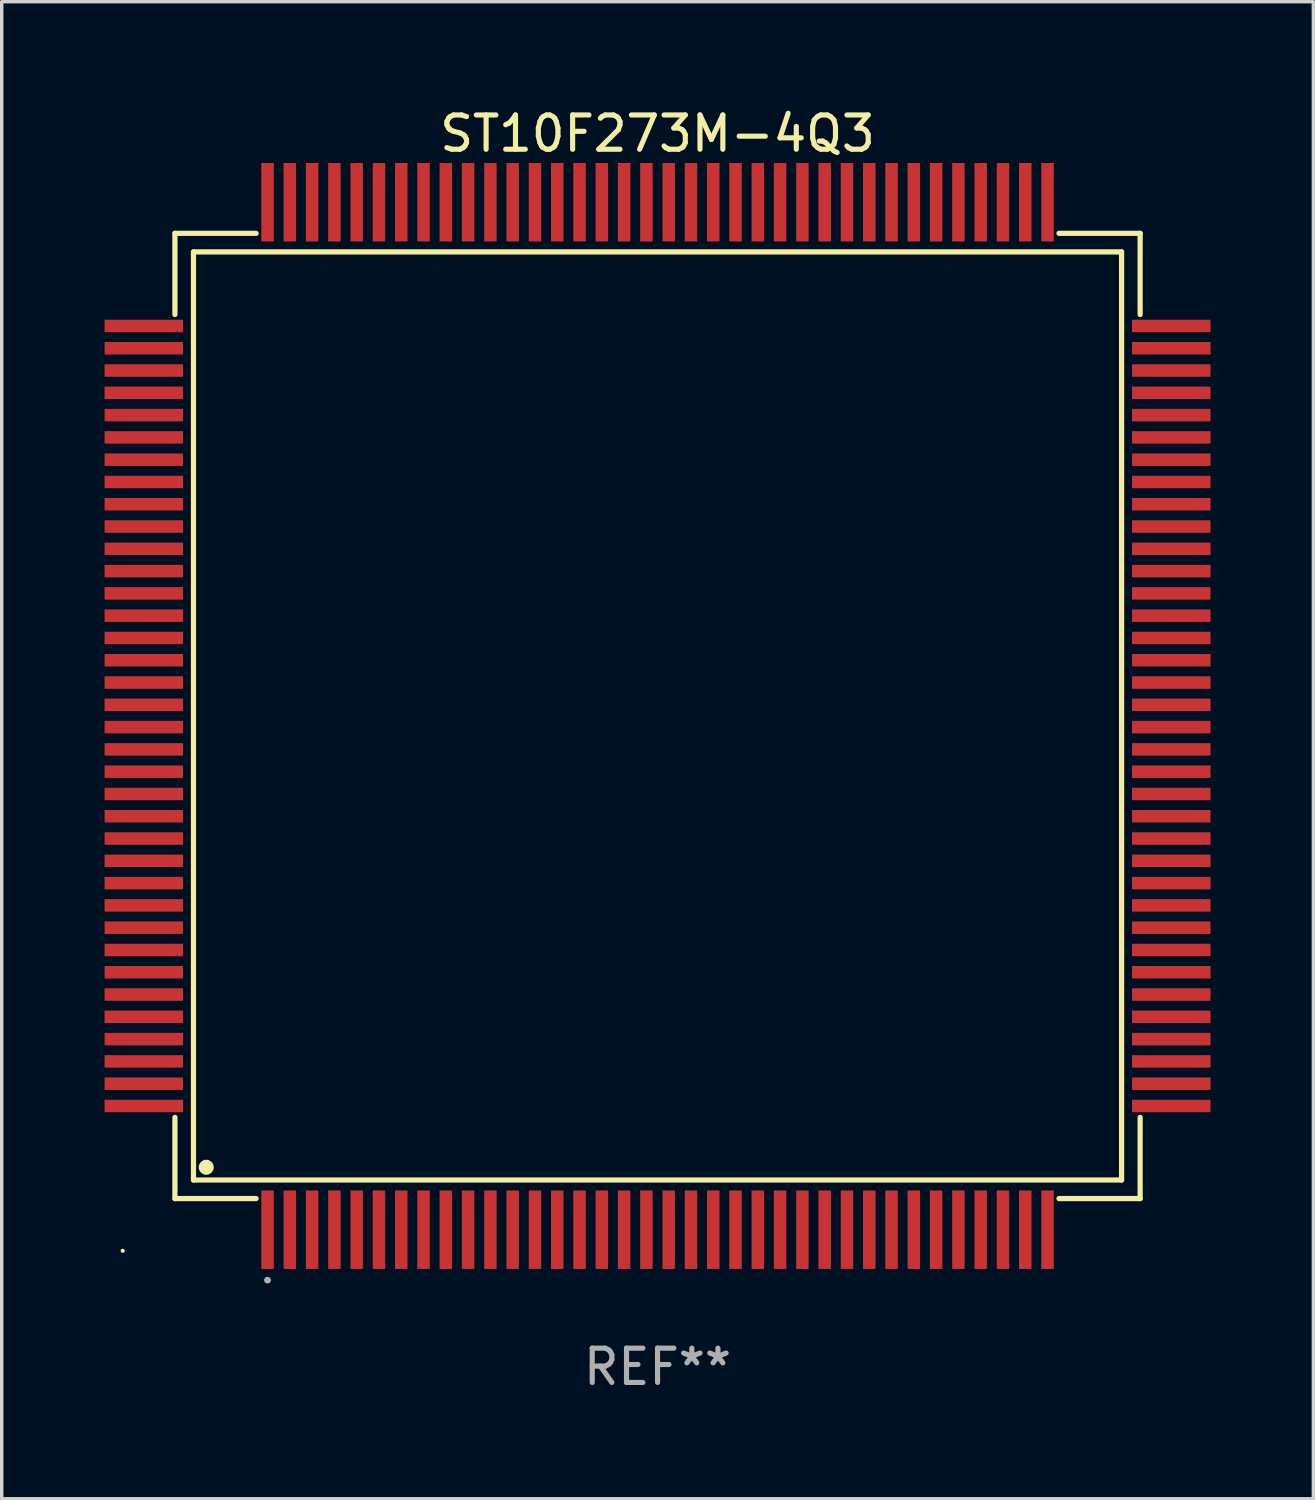
<source format=kicad_pcb>
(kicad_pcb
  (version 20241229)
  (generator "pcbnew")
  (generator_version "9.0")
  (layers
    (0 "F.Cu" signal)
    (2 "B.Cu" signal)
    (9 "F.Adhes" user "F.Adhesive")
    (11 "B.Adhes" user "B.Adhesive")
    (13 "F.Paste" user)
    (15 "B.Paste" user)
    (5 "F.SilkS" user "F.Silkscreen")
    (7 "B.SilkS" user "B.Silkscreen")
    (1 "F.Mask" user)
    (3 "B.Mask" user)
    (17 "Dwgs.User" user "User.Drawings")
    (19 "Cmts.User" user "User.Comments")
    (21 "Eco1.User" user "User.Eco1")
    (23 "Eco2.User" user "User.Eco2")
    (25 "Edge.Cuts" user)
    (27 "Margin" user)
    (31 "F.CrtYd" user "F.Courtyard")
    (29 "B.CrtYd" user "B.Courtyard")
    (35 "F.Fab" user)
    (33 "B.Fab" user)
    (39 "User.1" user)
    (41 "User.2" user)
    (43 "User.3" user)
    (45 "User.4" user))
  (footprint "ST10F273M-4Q3"
    (layer "F.Cu")
    (at 16.128 17.832)
    (property "Reference" "ST10F273M-4Q3" (at 0 -16.984 0) (layer "F.SilkS") (effects (font (size 1 1) (thickness 0.15))))
    (attr through_hole)
    (fp_line (start -14.076 -14.076) (end -14.076 -11.709) (stroke (width 0.152) (type solid)) (layer "F.SilkS"))
    (fp_line (start -14.076 14.076) (end -14.076 11.709) (stroke (width 0.152) (type solid)) (layer "F.SilkS"))
    (fp_line (start -13.535 -13.535) (end 13.535 -13.535) (stroke (width 0.152) (type solid)) (layer "F.SilkS"))
    (fp_line (start -13.535 13.535) (end -13.535 -13.535) (stroke (width 0.152) (type solid)) (layer "F.SilkS"))
    (fp_line (start -11.709 -14.076) (end -14.076 -14.076) (stroke (width 0.152) (type solid)) (layer "F.SilkS"))
    (fp_line (start -11.709 14.076) (end -14.076 14.076) (stroke (width 0.152) (type solid)) (layer "F.SilkS"))
    (fp_line (start 11.709 -14.076) (end 14.076 -14.076) (stroke (width 0.152) (type solid)) (layer "F.SilkS"))
    (fp_line (start 11.709 14.076) (end 14.076 14.076) (stroke (width 0.152) (type solid)) (layer "F.SilkS"))
    (fp_line (start 13.535 -13.535) (end 13.535 13.535) (stroke (width 0.152) (type solid)) (layer "F.SilkS"))
    (fp_line (start 13.535 13.535) (end -13.535 13.535) (stroke (width 0.152) (type solid)) (layer "F.SilkS"))
    (fp_line (start 14.076 -14.076) (end 14.076 -11.709) (stroke (width 0.152) (type solid)) (layer "F.SilkS"))
    (fp_line (start 14.076 14.076) (end 14.076 11.709) (stroke (width 0.152) (type solid)) (layer "F.SilkS"))
    (fp_circle (center -15.6 15.6) (end -15.57 15.6) (stroke (width 0.06) (type solid)) (fill no) (layer "F.SilkS"))
    (fp_circle (center -13.163 13.163) (end -13.053 13.163) (stroke (width 0.22) (type solid)) (fill no) (layer "F.SilkS"))
    (fp_circle (center -11.375 16.456) (end -11.329 16.456) (stroke (width 0.092) (type solid)) (fill no) (layer "F.SilkS"))
    (fp_circle (center -11.375 16.456) (end -11.329 16.456) (stroke (width 0.092) (type solid)) (fill no) (layer "F.Fab"))
    (fp_text user "REF**" (at 0 18.984 0) (layer "F.Fab") (effects (font (size 1 1) (thickness 0.15))))
    (pad "1" smd rect (at -11.375 14.984) (size 0.364 2.288) (layers "F.Cu" "F.Mask" "F.Paste"))
    (pad "2" smd rect (at -10.725 14.984) (size 0.364 2.288) (layers "F.Cu" "F.Mask" "F.Paste"))
    (pad "3" smd rect (at -10.075 14.984) (size 0.364 2.288) (layers "F.Cu" "F.Mask" "F.Paste"))
    (pad "4" smd rect (at -9.425 14.984) (size 0.364 2.288) (layers "F.Cu" "F.Mask" "F.Paste"))
    (pad "5" smd rect (at -8.775 14.984) (size 0.364 2.288) (layers "F.Cu" "F.Mask" "F.Paste"))
    (pad "6" smd rect (at -8.125 14.984) (size 0.364 2.288) (layers "F.Cu" "F.Mask" "F.Paste"))
    (pad "7" smd rect (at -7.475 14.984) (size 0.364 2.288) (layers "F.Cu" "F.Mask" "F.Paste"))
    (pad "8" smd rect (at -6.825 14.984) (size 0.364 2.288) (layers "F.Cu" "F.Mask" "F.Paste"))
    (pad "9" smd rect (at -6.175 14.984) (size 0.364 2.288) (layers "F.Cu" "F.Mask" "F.Paste"))
    (pad "10" smd rect (at -5.525 14.984) (size 0.364 2.288) (layers "F.Cu" "F.Mask" "F.Paste"))
    (pad "11" smd rect (at -4.875 14.984) (size 0.364 2.288) (layers "F.Cu" "F.Mask" "F.Paste"))
    (pad "12" smd rect (at -4.225 14.984) (size 0.364 2.288) (layers "F.Cu" "F.Mask" "F.Paste"))
    (pad "13" smd rect (at -3.575 14.984) (size 0.364 2.288) (layers "F.Cu" "F.Mask" "F.Paste"))
    (pad "14" smd rect (at -2.925 14.984) (size 0.364 2.288) (layers "F.Cu" "F.Mask" "F.Paste"))
    (pad "15" smd rect (at -2.275 14.984) (size 0.364 2.288) (layers "F.Cu" "F.Mask" "F.Paste"))
    (pad "16" smd rect (at -1.625 14.984) (size 0.364 2.288) (layers "F.Cu" "F.Mask" "F.Paste"))
    (pad "17" smd rect (at -0.975 14.984) (size 0.364 2.288) (layers "F.Cu" "F.Mask" "F.Paste"))
    (pad "18" smd rect (at -0.325 14.984) (size 0.364 2.288) (layers "F.Cu" "F.Mask" "F.Paste"))
    (pad "19" smd rect (at 0.325 14.984) (size 0.364 2.288) (layers "F.Cu" "F.Mask" "F.Paste"))
    (pad "20" smd rect (at 0.975 14.984) (size 0.364 2.288) (layers "F.Cu" "F.Mask" "F.Paste"))
    (pad "21" smd rect (at 1.625 14.984) (size 0.364 2.288) (layers "F.Cu" "F.Mask" "F.Paste"))
    (pad "22" smd rect (at 2.275 14.984) (size 0.364 2.288) (layers "F.Cu" "F.Mask" "F.Paste"))
    (pad "23" smd rect (at 2.925 14.984) (size 0.364 2.288) (layers "F.Cu" "F.Mask" "F.Paste"))
    (pad "24" smd rect (at 3.575 14.984) (size 0.364 2.288) (layers "F.Cu" "F.Mask" "F.Paste"))
    (pad "25" smd rect (at 4.225 14.984) (size 0.364 2.288) (layers "F.Cu" "F.Mask" "F.Paste"))
    (pad "26" smd rect (at 4.875 14.984) (size 0.364 2.288) (layers "F.Cu" "F.Mask" "F.Paste"))
    (pad "27" smd rect (at 5.525 14.984) (size 0.364 2.288) (layers "F.Cu" "F.Mask" "F.Paste"))
    (pad "28" smd rect (at 6.175 14.984) (size 0.364 2.288) (layers "F.Cu" "F.Mask" "F.Paste"))
    (pad "29" smd rect (at 6.825 14.984) (size 0.364 2.288) (layers "F.Cu" "F.Mask" "F.Paste"))
    (pad "30" smd rect (at 7.475 14.984) (size 0.364 2.288) (layers "F.Cu" "F.Mask" "F.Paste"))
    (pad "31" smd rect (at 8.125 14.984) (size 0.364 2.288) (layers "F.Cu" "F.Mask" "F.Paste"))
    (pad "32" smd rect (at 8.775 14.984) (size 0.364 2.288) (layers "F.Cu" "F.Mask" "F.Paste"))
    (pad "33" smd rect (at 9.425 14.984) (size 0.364 2.288) (layers "F.Cu" "F.Mask" "F.Paste"))
    (pad "34" smd rect (at 10.075 14.984) (size 0.364 2.288) (layers "F.Cu" "F.Mask" "F.Paste"))
    (pad "35" smd rect (at 10.725 14.984) (size 0.364 2.288) (layers "F.Cu" "F.Mask" "F.Paste"))
    (pad "36" smd rect (at 11.375 14.984) (size 0.364 2.288) (layers "F.Cu" "F.Mask" "F.Paste"))
    (pad "37" smd rect (at 14.984 11.375) (size 2.288 0.364) (layers "F.Cu" "F.Mask" "F.Paste"))
    (pad "38" smd rect (at 14.984 10.725) (size 2.288 0.364) (layers "F.Cu" "F.Mask" "F.Paste"))
    (pad "39" smd rect (at 14.984 10.075) (size 2.288 0.364) (layers "F.Cu" "F.Mask" "F.Paste"))
    (pad "40" smd rect (at 14.984 9.425) (size 2.288 0.364) (layers "F.Cu" "F.Mask" "F.Paste"))
    (pad "41" smd rect (at 14.984 8.775) (size 2.288 0.364) (layers "F.Cu" "F.Mask" "F.Paste"))
    (pad "42" smd rect (at 14.984 8.125) (size 2.288 0.364) (layers "F.Cu" "F.Mask" "F.Paste"))
    (pad "43" smd rect (at 14.984 7.475) (size 2.288 0.364) (layers "F.Cu" "F.Mask" "F.Paste"))
    (pad "44" smd rect (at 14.984 6.825) (size 2.288 0.364) (layers "F.Cu" "F.Mask" "F.Paste"))
    (pad "45" smd rect (at 14.984 6.175) (size 2.288 0.364) (layers "F.Cu" "F.Mask" "F.Paste"))
    (pad "46" smd rect (at 14.984 5.525) (size 2.288 0.364) (layers "F.Cu" "F.Mask" "F.Paste"))
    (pad "47" smd rect (at 14.984 4.875) (size 2.288 0.364) (layers "F.Cu" "F.Mask" "F.Paste"))
    (pad "48" smd rect (at 14.984 4.225) (size 2.288 0.364) (layers "F.Cu" "F.Mask" "F.Paste"))
    (pad "49" smd rect (at 14.984 3.575) (size 2.288 0.364) (layers "F.Cu" "F.Mask" "F.Paste"))
    (pad "50" smd rect (at 14.984 2.925) (size 2.288 0.364) (layers "F.Cu" "F.Mask" "F.Paste"))
    (pad "51" smd rect (at 14.984 2.275) (size 2.288 0.364) (layers "F.Cu" "F.Mask" "F.Paste"))
    (pad "52" smd rect (at 14.984 1.625) (size 2.288 0.364) (layers "F.Cu" "F.Mask" "F.Paste"))
    (pad "53" smd rect (at 14.984 0.975) (size 2.288 0.364) (layers "F.Cu" "F.Mask" "F.Paste"))
    (pad "54" smd rect (at 14.984 0.325) (size 2.288 0.364) (layers "F.Cu" "F.Mask" "F.Paste"))
    (pad "55" smd rect (at 14.984 -0.325) (size 2.288 0.364) (layers "F.Cu" "F.Mask" "F.Paste"))
    (pad "56" smd rect (at 14.984 -0.975) (size 2.288 0.364) (layers "F.Cu" "F.Mask" "F.Paste"))
    (pad "57" smd rect (at 14.984 -1.625) (size 2.288 0.364) (layers "F.Cu" "F.Mask" "F.Paste"))
    (pad "58" smd rect (at 14.984 -2.275) (size 2.288 0.364) (layers "F.Cu" "F.Mask" "F.Paste"))
    (pad "59" smd rect (at 14.984 -2.925) (size 2.288 0.364) (layers "F.Cu" "F.Mask" "F.Paste"))
    (pad "60" smd rect (at 14.984 -3.575) (size 2.288 0.364) (layers "F.Cu" "F.Mask" "F.Paste"))
    (pad "61" smd rect (at 14.984 -4.225) (size 2.288 0.364) (layers "F.Cu" "F.Mask" "F.Paste"))
    (pad "62" smd rect (at 14.984 -4.875) (size 2.288 0.364) (layers "F.Cu" "F.Mask" "F.Paste"))
    (pad "63" smd rect (at 14.984 -5.525) (size 2.288 0.364) (layers "F.Cu" "F.Mask" "F.Paste"))
    (pad "64" smd rect (at 14.984 -6.175) (size 2.288 0.364) (layers "F.Cu" "F.Mask" "F.Paste"))
    (pad "65" smd rect (at 14.984 -6.825) (size 2.288 0.364) (layers "F.Cu" "F.Mask" "F.Paste"))
    (pad "66" smd rect (at 14.984 -7.475) (size 2.288 0.364) (layers "F.Cu" "F.Mask" "F.Paste"))
    (pad "67" smd rect (at 14.984 -8.125) (size 2.288 0.364) (layers "F.Cu" "F.Mask" "F.Paste"))
    (pad "68" smd rect (at 14.984 -8.775) (size 2.288 0.364) (layers "F.Cu" "F.Mask" "F.Paste"))
    (pad "69" smd rect (at 14.984 -9.425) (size 2.288 0.364) (layers "F.Cu" "F.Mask" "F.Paste"))
    (pad "70" smd rect (at 14.984 -10.075) (size 2.288 0.364) (layers "F.Cu" "F.Mask" "F.Paste"))
    (pad "71" smd rect (at 14.984 -10.725) (size 2.288 0.364) (layers "F.Cu" "F.Mask" "F.Paste"))
    (pad "72" smd rect (at 14.984 -11.375) (size 2.288 0.364) (layers "F.Cu" "F.Mask" "F.Paste"))
    (pad "73" smd rect (at 11.375 -14.984) (size 0.364 2.288) (layers "F.Cu" "F.Mask" "F.Paste"))
    (pad "74" smd rect (at 10.725 -14.984) (size 0.364 2.288) (layers "F.Cu" "F.Mask" "F.Paste"))
    (pad "75" smd rect (at 10.075 -14.984) (size 0.364 2.288) (layers "F.Cu" "F.Mask" "F.Paste"))
    (pad "76" smd rect (at 9.425 -14.984) (size 0.364 2.288) (layers "F.Cu" "F.Mask" "F.Paste"))
    (pad "77" smd rect (at 8.775 -14.984) (size 0.364 2.288) (layers "F.Cu" "F.Mask" "F.Paste"))
    (pad "78" smd rect (at 8.125 -14.984) (size 0.364 2.288) (layers "F.Cu" "F.Mask" "F.Paste"))
    (pad "79" smd rect (at 7.475 -14.984) (size 0.364 2.288) (layers "F.Cu" "F.Mask" "F.Paste"))
    (pad "80" smd rect (at 6.825 -14.984) (size 0.364 2.288) (layers "F.Cu" "F.Mask" "F.Paste"))
    (pad "81" smd rect (at 6.175 -14.984) (size 0.364 2.288) (layers "F.Cu" "F.Mask" "F.Paste"))
    (pad "82" smd rect (at 5.525 -14.984) (size 0.364 2.288) (layers "F.Cu" "F.Mask" "F.Paste"))
    (pad "83" smd rect (at 4.875 -14.984) (size 0.364 2.288) (layers "F.Cu" "F.Mask" "F.Paste"))
    (pad "84" smd rect (at 4.225 -14.984) (size 0.364 2.288) (layers "F.Cu" "F.Mask" "F.Paste"))
    (pad "85" smd rect (at 3.575 -14.984) (size 0.364 2.288) (layers "F.Cu" "F.Mask" "F.Paste"))
    (pad "86" smd rect (at 2.925 -14.984) (size 0.364 2.288) (layers "F.Cu" "F.Mask" "F.Paste"))
    (pad "87" smd rect (at 2.275 -14.984) (size 0.364 2.288) (layers "F.Cu" "F.Mask" "F.Paste"))
    (pad "88" smd rect (at 1.625 -14.984) (size 0.364 2.288) (layers "F.Cu" "F.Mask" "F.Paste"))
    (pad "89" smd rect (at 0.975 -14.984) (size 0.364 2.288) (layers "F.Cu" "F.Mask" "F.Paste"))
    (pad "90" smd rect (at 0.325 -14.984) (size 0.364 2.288) (layers "F.Cu" "F.Mask" "F.Paste"))
    (pad "91" smd rect (at -0.325 -14.984) (size 0.364 2.288) (layers "F.Cu" "F.Mask" "F.Paste"))
    (pad "92" smd rect (at -0.975 -14.984) (size 0.364 2.288) (layers "F.Cu" "F.Mask" "F.Paste"))
    (pad "93" smd rect (at -1.625 -14.984) (size 0.364 2.288) (layers "F.Cu" "F.Mask" "F.Paste"))
    (pad "94" smd rect (at -2.275 -14.984) (size 0.364 2.288) (layers "F.Cu" "F.Mask" "F.Paste"))
    (pad "95" smd rect (at -2.925 -14.984) (size 0.364 2.288) (layers "F.Cu" "F.Mask" "F.Paste"))
    (pad "96" smd rect (at -3.575 -14.984) (size 0.364 2.288) (layers "F.Cu" "F.Mask" "F.Paste"))
    (pad "97" smd rect (at -4.225 -14.984) (size 0.364 2.288) (layers "F.Cu" "F.Mask" "F.Paste"))
    (pad "98" smd rect (at -4.875 -14.984) (size 0.364 2.288) (layers "F.Cu" "F.Mask" "F.Paste"))
    (pad "99" smd rect (at -5.525 -14.984) (size 0.364 2.288) (layers "F.Cu" "F.Mask" "F.Paste"))
    (pad "100" smd rect (at -6.175 -14.984) (size 0.364 2.288) (layers "F.Cu" "F.Mask" "F.Paste"))
    (pad "101" smd rect (at -6.825 -14.984) (size 0.364 2.288) (layers "F.Cu" "F.Mask" "F.Paste"))
    (pad "102" smd rect (at -7.475 -14.984) (size 0.364 2.288) (layers "F.Cu" "F.Mask" "F.Paste"))
    (pad "103" smd rect (at -8.125 -14.984) (size 0.364 2.288) (layers "F.Cu" "F.Mask" "F.Paste"))
    (pad "104" smd rect (at -8.775 -14.984) (size 0.364 2.288) (layers "F.Cu" "F.Mask" "F.Paste"))
    (pad "105" smd rect (at -9.425 -14.984) (size 0.364 2.288) (layers "F.Cu" "F.Mask" "F.Paste"))
    (pad "106" smd rect (at -10.075 -14.984) (size 0.364 2.288) (layers "F.Cu" "F.Mask" "F.Paste"))
    (pad "107" smd rect (at -10.725 -14.984) (size 0.364 2.288) (layers "F.Cu" "F.Mask" "F.Paste"))
    (pad "108" smd rect (at -11.375 -14.984) (size 0.364 2.288) (layers "F.Cu" "F.Mask" "F.Paste"))
    (pad "109" smd rect (at -14.984 -11.375) (size 2.288 0.364) (layers "F.Cu" "F.Mask" "F.Paste"))
    (pad "110" smd rect (at -14.984 -10.725) (size 2.288 0.364) (layers "F.Cu" "F.Mask" "F.Paste"))
    (pad "111" smd rect (at -14.984 -10.075) (size 2.288 0.364) (layers "F.Cu" "F.Mask" "F.Paste"))
    (pad "112" smd rect (at -14.984 -9.425) (size 2.288 0.364) (layers "F.Cu" "F.Mask" "F.Paste"))
    (pad "113" smd rect (at -14.984 -8.775) (size 2.288 0.364) (layers "F.Cu" "F.Mask" "F.Paste"))
    (pad "114" smd rect (at -14.984 -8.125) (size 2.288 0.364) (layers "F.Cu" "F.Mask" "F.Paste"))
    (pad "115" smd rect (at -14.984 -7.475) (size 2.288 0.364) (layers "F.Cu" "F.Mask" "F.Paste"))
    (pad "116" smd rect (at -14.984 -6.825) (size 2.288 0.364) (layers "F.Cu" "F.Mask" "F.Paste"))
    (pad "117" smd rect (at -14.984 -6.175) (size 2.288 0.364) (layers "F.Cu" "F.Mask" "F.Paste"))
    (pad "118" smd rect (at -14.984 -5.525) (size 2.288 0.364) (layers "F.Cu" "F.Mask" "F.Paste"))
    (pad "119" smd rect (at -14.984 -4.875) (size 2.288 0.364) (layers "F.Cu" "F.Mask" "F.Paste"))
    (pad "120" smd rect (at -14.984 -4.225) (size 2.288 0.364) (layers "F.Cu" "F.Mask" "F.Paste"))
    (pad "121" smd rect (at -14.984 -3.575) (size 2.288 0.364) (layers "F.Cu" "F.Mask" "F.Paste"))
    (pad "122" smd rect (at -14.984 -2.925) (size 2.288 0.364) (layers "F.Cu" "F.Mask" "F.Paste"))
    (pad "123" smd rect (at -14.984 -2.275) (size 2.288 0.364) (layers "F.Cu" "F.Mask" "F.Paste"))
    (pad "124" smd rect (at -14.984 -1.625) (size 2.288 0.364) (layers "F.Cu" "F.Mask" "F.Paste"))
    (pad "125" smd rect (at -14.984 -0.975) (size 2.288 0.364) (layers "F.Cu" "F.Mask" "F.Paste"))
    (pad "126" smd rect (at -14.984 -0.325) (size 2.288 0.364) (layers "F.Cu" "F.Mask" "F.Paste"))
    (pad "127" smd rect (at -14.984 0.325) (size 2.288 0.364) (layers "F.Cu" "F.Mask" "F.Paste"))
    (pad "128" smd rect (at -14.984 0.975) (size 2.288 0.364) (layers "F.Cu" "F.Mask" "F.Paste"))
    (pad "129" smd rect (at -14.984 1.625) (size 2.288 0.364) (layers "F.Cu" "F.Mask" "F.Paste"))
    (pad "130" smd rect (at -14.984 2.275) (size 2.288 0.364) (layers "F.Cu" "F.Mask" "F.Paste"))
    (pad "131" smd rect (at -14.984 2.925) (size 2.288 0.364) (layers "F.Cu" "F.Mask" "F.Paste"))
    (pad "132" smd rect (at -14.984 3.575) (size 2.288 0.364) (layers "F.Cu" "F.Mask" "F.Paste"))
    (pad "133" smd rect (at -14.984 4.225) (size 2.288 0.364) (layers "F.Cu" "F.Mask" "F.Paste"))
    (pad "134" smd rect (at -14.984 4.875) (size 2.288 0.364) (layers "F.Cu" "F.Mask" "F.Paste"))
    (pad "135" smd rect (at -14.984 5.525) (size 2.288 0.364) (layers "F.Cu" "F.Mask" "F.Paste"))
    (pad "136" smd rect (at -14.984 6.175) (size 2.288 0.364) (layers "F.Cu" "F.Mask" "F.Paste"))
    (pad "137" smd rect (at -14.984 6.825) (size 2.288 0.364) (layers "F.Cu" "F.Mask" "F.Paste"))
    (pad "138" smd rect (at -14.984 7.475) (size 2.288 0.364) (layers "F.Cu" "F.Mask" "F.Paste"))
    (pad "139" smd rect (at -14.984 8.125) (size 2.288 0.364) (layers "F.Cu" "F.Mask" "F.Paste"))
    (pad "140" smd rect (at -14.984 8.775) (size 2.288 0.364) (layers "F.Cu" "F.Mask" "F.Paste"))
    (pad "141" smd rect (at -14.984 9.425) (size 2.288 0.364) (layers "F.Cu" "F.Mask" "F.Paste"))
    (pad "142" smd rect (at -14.984 10.075) (size 2.288 0.364) (layers "F.Cu" "F.Mask" "F.Paste"))
    (pad "143" smd rect (at -14.984 10.725) (size 2.288 0.364) (layers "F.Cu" "F.Mask" "F.Paste"))
    (pad "144" smd rect (at -14.984 11.375) (size 2.288 0.364) (layers "F.Cu" "F.Mask" "F.Paste")))
  (gr_rect
    (start -3 -3)
    (end 35.256 40.664)
    (stroke (width 0.1) (type default))
    (fill no)
    (layer "Edge.Cuts")))
</source>
